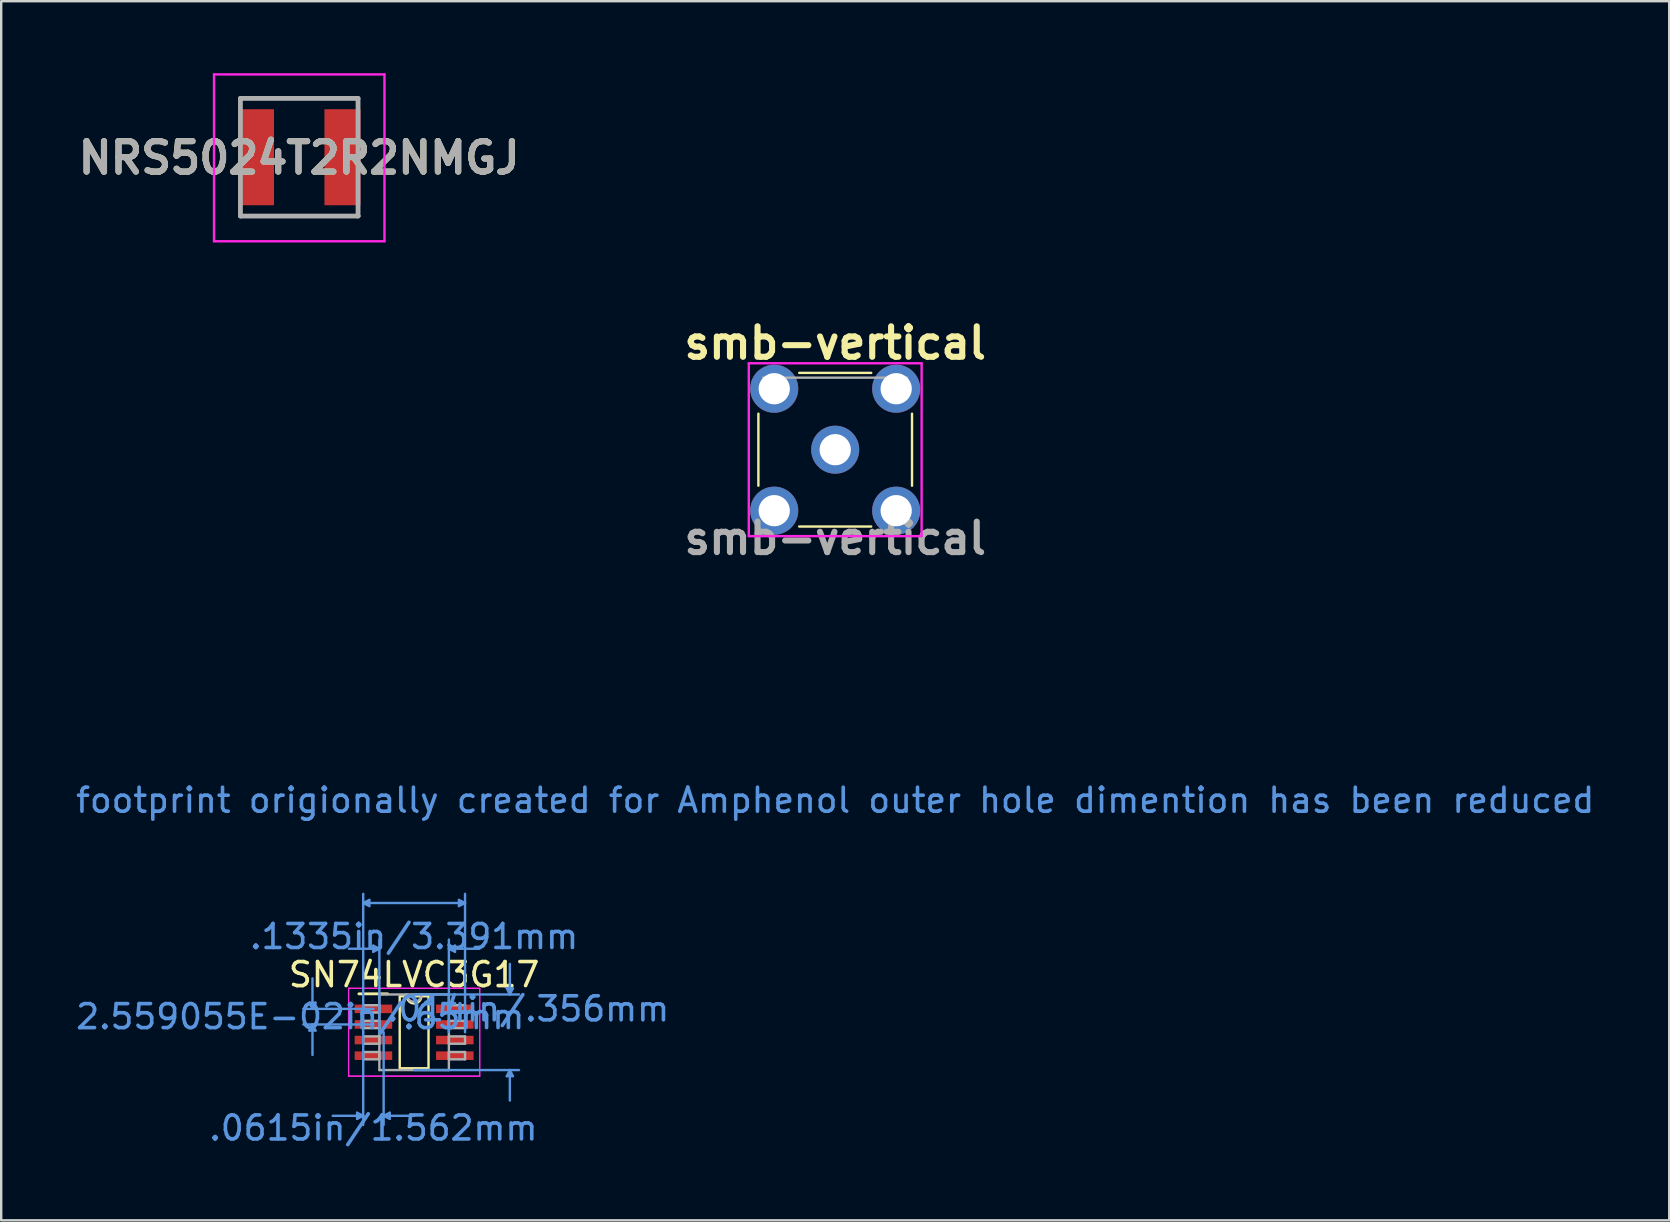
<source format=kicad_pcb>
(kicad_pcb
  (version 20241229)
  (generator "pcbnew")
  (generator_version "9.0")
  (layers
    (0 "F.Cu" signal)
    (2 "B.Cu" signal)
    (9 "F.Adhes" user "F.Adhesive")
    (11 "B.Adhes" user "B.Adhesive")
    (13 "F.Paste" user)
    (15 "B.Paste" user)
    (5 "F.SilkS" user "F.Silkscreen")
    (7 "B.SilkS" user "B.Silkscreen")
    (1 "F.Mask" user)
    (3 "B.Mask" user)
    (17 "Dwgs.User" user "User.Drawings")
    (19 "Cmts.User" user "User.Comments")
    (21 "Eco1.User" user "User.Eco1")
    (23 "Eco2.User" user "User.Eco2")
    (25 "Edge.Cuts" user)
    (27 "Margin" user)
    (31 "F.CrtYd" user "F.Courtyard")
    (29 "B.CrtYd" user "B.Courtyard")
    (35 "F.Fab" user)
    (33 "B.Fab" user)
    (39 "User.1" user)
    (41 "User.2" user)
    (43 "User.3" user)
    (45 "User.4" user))
  (footprint "SN74LVC3G17"
    (layer "F.Cu")
    (at 14.202 39.953)
    (property "Reference" "SN74LVC3G17" (at 0 -2.4 180) (layer "F.SilkS") (effects (font (size 1 1) (thickness 0.15))))
    (attr through_hole)
    (fp_line (start -1.1 -1.6) (end -2.3 -1.6) (stroke (width 0.12) (type solid)) (layer "F.SilkS"))
    (fp_rect (start -0.6 -1.5) (end 0.6 1.5) (stroke (width 0.1) (type default)) (fill no) (layer "F.SilkS"))
    (fp_arc (start 0.3 -1.5) (mid 0 -1.2) (end -0.3 -1.5) (stroke (width 0.1) (type solid)) (layer "F.SilkS"))
    (fp_line (start -4.362 -1.229) (end -4.108 -1.229) (stroke (width 0.1) (type solid)) (layer "Cmts.User"))
    (fp_line (start -4.362 -0.071) (end -4.108 -0.071) (stroke (width 0.1) (type solid)) (layer "Cmts.User"))
    (fp_line (start -4.235 -0.975) (end -4.362 -1.229) (stroke (width 0.1) (type solid)) (layer "Cmts.User"))
    (fp_line (start -4.235 -0.975) (end -4.235 -2.245) (stroke (width 0.1) (type solid)) (layer "Cmts.User"))
    (fp_line (start -4.235 -0.975) (end -4.108 -1.229) (stroke (width 0.1) (type solid)) (layer "Cmts.User"))
    (fp_line (start -4.235 -0.325) (end -4.362 -0.071) (stroke (width 0.1) (type solid)) (layer "Cmts.User"))
    (fp_line (start -4.235 -0.325) (end -4.235 0.945) (stroke (width 0.1) (type solid)) (layer "Cmts.User"))
    (fp_line (start -4.235 -0.325) (end -4.108 -0.071) (stroke (width 0.1) (type solid)) (layer "Cmts.User"))
    (fp_line (start -2.375 3.353) (end -2.375 3.607) (stroke (width 0.1) (type solid)) (layer "Cmts.User"))
    (fp_line (start -2.121 -5.385) (end -1.867 -5.512) (stroke (width 0.1) (type solid)) (layer "Cmts.User"))
    (fp_line (start -2.121 -5.385) (end -1.867 -5.258) (stroke (width 0.1) (type solid)) (layer "Cmts.User"))
    (fp_line (start -2.121 -5.385) (end 2.121 -5.385) (stroke (width 0.1) (type solid)) (layer "Cmts.User"))
    (fp_line (start -2.121 0) (end -2.121 -5.766) (stroke (width 0.1) (type solid)) (layer "Cmts.User"))
    (fp_line (start -2.121 0) (end -2.121 3.861) (stroke (width 0.1) (type solid)) (layer "Cmts.User"))
    (fp_line (start -2.121 3.48) (end -3.391 3.48) (stroke (width 0.1) (type solid)) (layer "Cmts.User"))
    (fp_line (start -2.121 3.48) (end -2.375 3.353) (stroke (width 0.1) (type solid)) (layer "Cmts.User"))
    (fp_line (start -2.121 3.48) (end -2.375 3.607) (stroke (width 0.1) (type solid)) (layer "Cmts.User"))
    (fp_line (start -1.867 -5.512) (end -1.867 -5.258) (stroke (width 0.1) (type solid)) (layer "Cmts.User"))
    (fp_line (start -1.702 -3.607) (end -1.702 -3.353) (stroke (width 0.1) (type solid)) (layer "Cmts.User"))
    (fp_line (start -1.695 -0.975) (end -4.616 -0.975) (stroke (width 0.1) (type solid)) (layer "Cmts.User"))
    (fp_line (start -1.695 -0.325) (end -4.616 -0.325) (stroke (width 0.1) (type solid)) (layer "Cmts.User"))
    (fp_line (start -1.448 -3.48) (end -2.718 -3.48) (stroke (width 0.1) (type solid)) (layer "Cmts.User"))
    (fp_line (start -1.448 -3.48) (end -1.702 -3.607) (stroke (width 0.1) (type solid)) (layer "Cmts.User"))
    (fp_line (start -1.448 -3.48) (end -1.702 -3.353) (stroke (width 0.1) (type solid)) (layer "Cmts.User"))
    (fp_line (start -1.448 0) (end -1.448 -3.861) (stroke (width 0.1) (type solid)) (layer "Cmts.User"))
    (fp_line (start -1.27 0) (end -1.27 3.861) (stroke (width 0.1) (type solid)) (layer "Cmts.User"))
    (fp_line (start -1.27 3.48) (end -1.016 3.353) (stroke (width 0.1) (type solid)) (layer "Cmts.User"))
    (fp_line (start -1.27 3.48) (end -1.016 3.607) (stroke (width 0.1) (type solid)) (layer "Cmts.User"))
    (fp_line (start -1.27 3.48) (end 0 3.48) (stroke (width 0.1) (type solid)) (layer "Cmts.User"))
    (fp_line (start -1.016 3.353) (end -1.016 3.607) (stroke (width 0.1) (type solid)) (layer "Cmts.User"))
    (fp_line (start 0 -1.575) (end 4.369 -1.575) (stroke (width 0.1) (type solid)) (layer "Cmts.User"))
    (fp_line (start 0 1.575) (end 4.369 1.575) (stroke (width 0.1) (type solid)) (layer "Cmts.User"))
    (fp_line (start 1.448 -3.48) (end 1.702 -3.607) (stroke (width 0.1) (type solid)) (layer "Cmts.User"))
    (fp_line (start 1.448 -3.48) (end 1.702 -3.353) (stroke (width 0.1) (type solid)) (layer "Cmts.User"))
    (fp_line (start 1.448 -3.48) (end 2.718 -3.48) (stroke (width 0.1) (type solid)) (layer "Cmts.User"))
    (fp_line (start 1.448 0) (end 1.448 -3.861) (stroke (width 0.1) (type solid)) (layer "Cmts.User"))
    (fp_line (start 1.702 -3.607) (end 1.702 -3.353) (stroke (width 0.1) (type solid)) (layer "Cmts.User"))
    (fp_line (start 1.867 -5.512) (end 1.867 -5.258) (stroke (width 0.1) (type solid)) (layer "Cmts.User"))
    (fp_line (start 2.121 -5.385) (end 1.867 -5.512) (stroke (width 0.1) (type solid)) (layer "Cmts.User"))
    (fp_line (start 2.121 -5.385) (end 1.867 -5.258) (stroke (width 0.1) (type solid)) (layer "Cmts.User"))
    (fp_line (start 2.121 0) (end 2.121 -5.766) (stroke (width 0.1) (type solid)) (layer "Cmts.User"))
    (fp_line (start 3.861 -1.829) (end 4.115 -1.829) (stroke (width 0.1) (type solid)) (layer "Cmts.User"))
    (fp_line (start 3.861 1.829) (end 4.115 1.829) (stroke (width 0.1) (type solid)) (layer "Cmts.User"))
    (fp_line (start 3.988 -1.575) (end 3.861 -1.829) (stroke (width 0.1) (type solid)) (layer "Cmts.User"))
    (fp_line (start 3.988 -1.575) (end 3.988 -2.845) (stroke (width 0.1) (type solid)) (layer "Cmts.User"))
    (fp_line (start 3.988 -1.575) (end 4.115 -1.829) (stroke (width 0.1) (type solid)) (layer "Cmts.User"))
    (fp_line (start 3.988 1.575) (end 3.861 1.829) (stroke (width 0.1) (type solid)) (layer "Cmts.User"))
    (fp_line (start 3.988 1.575) (end 3.988 2.845) (stroke (width 0.1) (type solid)) (layer "Cmts.User"))
    (fp_line (start 3.988 1.575) (end 4.115 1.829) (stroke (width 0.1) (type solid)) (layer "Cmts.User"))
    (fp_line (start -2.731 -1.829) (end 2.731 -1.829) (stroke (width 0.05) (type solid)) (layer "F.CrtYd"))
    (fp_line (start -2.731 -1.829) (end 2.731 -1.829) (stroke (width 0.05) (type solid)) (layer "F.CrtYd"))
    (fp_line (start -2.731 1.829) (end -2.731 -1.829) (stroke (width 0.05) (type solid)) (layer "F.CrtYd"))
    (fp_line (start -2.731 1.829) (end -2.731 -1.829) (stroke (width 0.05) (type solid)) (layer "F.CrtYd"))
    (fp_line (start 2.731 -1.829) (end 2.731 1.829) (stroke (width 0.05) (type solid)) (layer "F.CrtYd"))
    (fp_line (start 2.731 -1.829) (end 2.731 1.829) (stroke (width 0.05) (type solid)) (layer "F.CrtYd"))
    (fp_line (start 2.731 1.829) (end -2.731 1.829) (stroke (width 0.05) (type solid)) (layer "F.CrtYd"))
    (fp_line (start 2.731 1.829) (end -2.731 1.829) (stroke (width 0.05) (type solid)) (layer "F.CrtYd"))
    (fp_line (start -2.121 -1.127) (end -2.121 -0.823) (stroke (width 0.1) (type solid)) (layer "F.Fab"))
    (fp_line (start -2.121 -0.823) (end -1.448 -0.823) (stroke (width 0.1) (type solid)) (layer "F.Fab"))
    (fp_line (start -2.121 -0.477) (end -2.121 -0.173) (stroke (width 0.1) (type solid)) (layer "F.Fab"))
    (fp_line (start -2.121 -0.173) (end -1.448 -0.173) (stroke (width 0.1) (type solid)) (layer "F.Fab"))
    (fp_line (start -2.121 0.173) (end -2.121 0.477) (stroke (width 0.1) (type solid)) (layer "F.Fab"))
    (fp_line (start -2.121 0.477) (end -1.448 0.477) (stroke (width 0.1) (type solid)) (layer "F.Fab"))
    (fp_line (start -2.121 0.823) (end -2.121 1.127) (stroke (width 0.1) (type solid)) (layer "F.Fab"))
    (fp_line (start -2.121 1.127) (end -1.448 1.127) (stroke (width 0.1) (type solid)) (layer "F.Fab"))
    (fp_line (start -1.448 -1.575) (end -1.448 1.575) (stroke (width 0.1) (type solid)) (layer "F.Fab"))
    (fp_line (start -1.448 -1.127) (end -2.121 -1.127) (stroke (width 0.1) (type solid)) (layer "F.Fab"))
    (fp_line (start -1.448 -0.823) (end -1.448 -1.127) (stroke (width 0.1) (type solid)) (layer "F.Fab"))
    (fp_line (start -1.448 -0.477) (end -2.121 -0.477) (stroke (width 0.1) (type solid)) (layer "F.Fab"))
    (fp_line (start -1.448 -0.173) (end -1.448 -0.477) (stroke (width 0.1) (type solid)) (layer "F.Fab"))
    (fp_line (start -1.448 0.173) (end -2.121 0.173) (stroke (width 0.1) (type solid)) (layer "F.Fab"))
    (fp_line (start -1.448 0.477) (end -1.448 0.173) (stroke (width 0.1) (type solid)) (layer "F.Fab"))
    (fp_line (start -1.448 0.823) (end -2.121 0.823) (stroke (width 0.1) (type solid)) (layer "F.Fab"))
    (fp_line (start -1.448 1.127) (end -1.448 0.823) (stroke (width 0.1) (type solid)) (layer "F.Fab"))
    (fp_line (start -1.448 1.575) (end 1.448 1.575) (stroke (width 0.1) (type solid)) (layer "F.Fab"))
    (fp_line (start 1.448 -1.575) (end -1.448 -1.575) (stroke (width 0.1) (type solid)) (layer "F.Fab"))
    (fp_line (start 1.448 -1.127) (end 1.448 -0.823) (stroke (width 0.1) (type solid)) (layer "F.Fab"))
    (fp_line (start 1.448 -0.823) (end 2.121 -0.823) (stroke (width 0.1) (type solid)) (layer "F.Fab"))
    (fp_line (start 1.448 -0.477) (end 1.448 -0.173) (stroke (width 0.1) (type solid)) (layer "F.Fab"))
    (fp_line (start 1.448 -0.173) (end 2.121 -0.173) (stroke (width 0.1) (type solid)) (layer "F.Fab"))
    (fp_line (start 1.448 0.173) (end 1.448 0.477) (stroke (width 0.1) (type solid)) (layer "F.Fab"))
    (fp_line (start 1.448 0.477) (end 2.121 0.477) (stroke (width 0.1) (type solid)) (layer "F.Fab"))
    (fp_line (start 1.448 0.823) (end 1.448 1.127) (stroke (width 0.1) (type solid)) (layer "F.Fab"))
    (fp_line (start 1.448 1.127) (end 2.121 1.127) (stroke (width 0.1) (type solid)) (layer "F.Fab"))
    (fp_line (start 1.448 1.575) (end 1.448 -1.575) (stroke (width 0.1) (type solid)) (layer "F.Fab"))
    (fp_line (start 2.121 -1.127) (end 1.448 -1.127) (stroke (width 0.1) (type solid)) (layer "F.Fab"))
    (fp_line (start 2.121 -0.823) (end 2.121 -1.127) (stroke (width 0.1) (type solid)) (layer "F.Fab"))
    (fp_line (start 2.121 -0.477) (end 1.448 -0.477) (stroke (width 0.1) (type solid)) (layer "F.Fab"))
    (fp_line (start 2.121 -0.173) (end 2.121 -0.477) (stroke (width 0.1) (type solid)) (layer "F.Fab"))
    (fp_line (start 2.121 0.173) (end 1.448 0.173) (stroke (width 0.1) (type solid)) (layer "F.Fab"))
    (fp_line (start 2.121 0.477) (end 2.121 0.173) (stroke (width 0.1) (type solid)) (layer "F.Fab"))
    (fp_line (start 2.121 0.823) (end 1.448 0.823) (stroke (width 0.1) (type solid)) (layer "F.Fab"))
    (fp_line (start 2.121 1.127) (end 2.121 0.823) (stroke (width 0.1) (type solid)) (layer "F.Fab"))
    (fp_arc (start 0.3048 -1.5748) (mid 0 -1.27) (end -0.3048 -1.5748) (stroke (width 0.1) (type solid)) (layer "F.Fab"))
    (fp_text user ".014in/.356mm" (at 4.743 -0.975 0) (layer "Cmts.User") (effects (font (size 1 1) (thickness 0.15))))
    (fp_text user ".0615in/1.562mm" (at -1.695 3.988 0) (layer "Cmts.User") (effects (font (size 1 1) (thickness 0.15))))
    (fp_text user ".1335in/3.391mm" (at 0 -3.988 0) (layer "Cmts.User") (effects (font (size 1 1) (thickness 0.15))))
    (fp_text user "Copyright 2021 Accelerated Designs. All rights reserved." (at 0 0 0) (layer "Cmts.User") (effects (font (size 0.127 0.127) (thickness 0.002))))
    (fp_text user "2.559055E-02in/.65mm" (at -4.743 -0.65 0) (layer "Cmts.User") (effects (font (size 1 1) (thickness 0.15))))
    (pad "1" smd rect (at -1.695 -0.975) (size 1.562 0.356) (layers "F.Cu" "F.Mask" "F.Paste"))
    (pad "2" smd rect (at -1.695 -0.325) (size 1.562 0.356) (layers "F.Cu" "F.Mask" "F.Paste"))
    (pad "3" smd rect (at -1.695 0.325) (size 1.562 0.356) (layers "F.Cu" "F.Mask" "F.Paste"))
    (pad "4" smd rect (at -1.695 0.975) (size 1.562 0.356) (layers "F.Cu" "F.Mask" "F.Paste"))
    (pad "5" smd rect (at 1.695 0.975) (size 1.562 0.356) (layers "F.Cu" "F.Mask" "F.Paste"))
    (pad "6" smd rect (at 1.695 0.325) (size 1.562 0.356) (layers "F.Cu" "F.Mask" "F.Paste"))
    (pad "7" smd rect (at 1.695 -0.325) (size 1.562 0.356) (layers "F.Cu" "F.Mask" "F.Paste"))
    (pad "8" smd rect (at 1.695 -0.975) (size 1.562 0.356) (layers "F.Cu" "F.Mask" "F.Paste")))
  (footprint "smb-vertical"
    (layer "F.Cu")
    (at 31.744 15.684)
    (property "Reference" "smb-vertical" (at 0 -4.445 0) (layer "F.SilkS") (effects (font (size 1.27 1.27) (thickness 0.254))))
    (attr through_hole)
    (fp_line (start -3.2 -1.5) (end -3.2 1.5) (stroke (width 0.1) (type solid)) (layer "F.SilkS"))
    (fp_line (start -1.5 -3.2) (end 1.5 -3.2) (stroke (width 0.1) (type solid)) (layer "F.SilkS"))
    (fp_line (start -1.5 3.2) (end 1.5 3.2) (stroke (width 0.1) (type solid)) (layer "F.SilkS"))
    (fp_line (start 3.2 -1.5) (end 3.2 1.5) (stroke (width 0.1) (type solid)) (layer "F.SilkS"))
    (fp_line (start -3.6 -3.6) (end 3.6 -3.6) (stroke (width 0.1) (type solid)) (layer "F.CrtYd"))
    (fp_line (start -3.6 3.6) (end -3.6 -3.6) (stroke (width 0.1) (type solid)) (layer "F.CrtYd"))
    (fp_line (start 3.6 -3.6) (end 3.6 3.6) (stroke (width 0.1) (type solid)) (layer "F.CrtYd"))
    (fp_line (start 3.6 3.6) (end -3.6 3.6) (stroke (width 0.1) (type solid)) (layer "F.CrtYd"))
    (fp_line (start -3 -3) (end 3 -3) (stroke (width 0.1) (type solid)) (layer "F.Fab"))
    (fp_text user "footprint origionally created for Amphenol outer hole dimention has been reduced" (at 0 14.605 0) (unlocked yes) (layer "Cmts.User") (effects (font (size 1 1) (thickness 0.15))))
    (fp_text user "${REFERENCE}" (at 0 3.692 0) (layer "F.Fab") (effects (font (size 1.27 1.27) (thickness 0.254))))
    (pad "1" thru_hole circle (at 0 0) (size 2 2) (drill 1.3) (layers "*.Cu" "*.Mask"))
    (pad "2" thru_hole circle (at -2.54 -2.54) (size 2 2) (drill 1.3) (layers "*.Cu" "*.Mask"))
    (pad "2" thru_hole circle (at -2.54 2.54) (size 2 2) (drill 1.3) (layers "*.Cu" "*.Mask"))
    (pad "2" thru_hole circle (at 2.54 -2.54) (size 2 2) (drill 1.3) (layers "*.Cu" "*.Mask"))
    (pad "2" thru_hole circle (at 2.54 2.54) (size 2 2) (drill 1.3) (layers "*.Cu" "*.Mask")))
  (footprint "NRS5024T2R2NMGJ"
    (layer "F.Cu")
    (at 9.416 3.5)
    (property "Reference" "NRS5024T2R2NMGJ" (at 0 0.025 0) (layer "F.SilkS") (effects (font (size 1.27 1.27) (thickness 0.254))))
    (attr smd)
    (fp_line (start -2.45 -2.45) (end 2.45 -2.45) (stroke (width 0.1) (type solid)) (layer "F.SilkS"))
    (fp_line (start -2 2.45) (end 2.5 2.45) (stroke (width 0.1) (type solid)) (layer "F.SilkS"))
    (fp_line (start -3.55 -3.45) (end 3.55 -3.45) (stroke (width 0.1) (type solid)) (layer "F.CrtYd"))
    (fp_line (start -3.55 3.5) (end -3.55 -3.45) (stroke (width 0.1) (type solid)) (layer "F.CrtYd"))
    (fp_line (start 3.55 -3.45) (end 3.55 3.5) (stroke (width 0.1) (type solid)) (layer "F.CrtYd"))
    (fp_line (start 3.55 3.5) (end -3.55 3.5) (stroke (width 0.1) (type solid)) (layer "F.CrtYd"))
    (fp_line (start -2.45 -2.45) (end 2.45 -2.45) (stroke (width 0.2) (type solid)) (layer "F.Fab"))
    (fp_line (start -2.45 2.45) (end -2.45 -2.45) (stroke (width 0.2) (type solid)) (layer "F.Fab"))
    (fp_line (start 2.45 -2.45) (end 2.45 2.45) (stroke (width 0.2) (type solid)) (layer "F.Fab"))
    (fp_line (start 2.45 2.45) (end -2.45 2.45) (stroke (width 0.2) (type solid)) (layer "F.Fab"))
    (fp_text user "${REFERENCE}" (at 0 0.025 0) (layer "F.Fab") (effects (font (size 1.27 1.27) (thickness 0.254))))
    (pad "1" smd rect (at -1.8 0) (size 1.5 4) (layers "F.Cu" "F.Mask" "F.Paste"))
    (pad "2" smd rect (at 1.8 0) (size 1.5 4) (layers "F.Cu" "F.Mask" "F.Paste")))
  (gr_rect
    (start -3 -3)
    (end 66.488 47.789)
    (stroke (width 0.1) (type default))
    (fill no)
    (layer "Edge.Cuts")))
</source>
